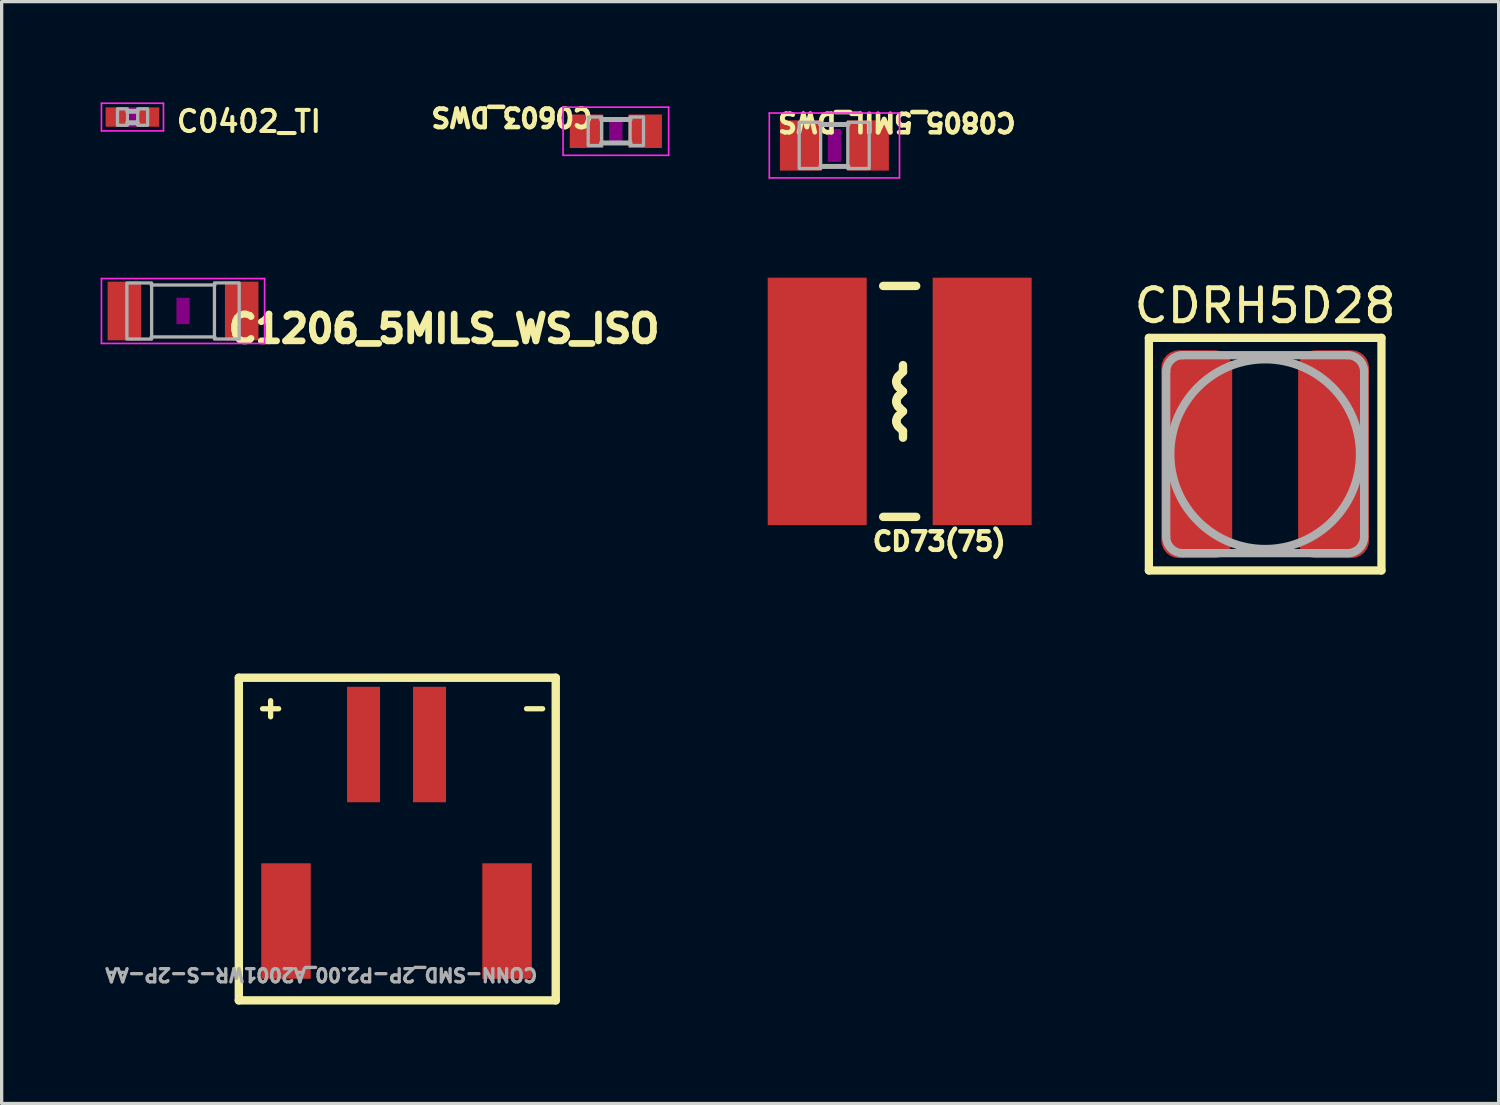
<source format=kicad_pcb>
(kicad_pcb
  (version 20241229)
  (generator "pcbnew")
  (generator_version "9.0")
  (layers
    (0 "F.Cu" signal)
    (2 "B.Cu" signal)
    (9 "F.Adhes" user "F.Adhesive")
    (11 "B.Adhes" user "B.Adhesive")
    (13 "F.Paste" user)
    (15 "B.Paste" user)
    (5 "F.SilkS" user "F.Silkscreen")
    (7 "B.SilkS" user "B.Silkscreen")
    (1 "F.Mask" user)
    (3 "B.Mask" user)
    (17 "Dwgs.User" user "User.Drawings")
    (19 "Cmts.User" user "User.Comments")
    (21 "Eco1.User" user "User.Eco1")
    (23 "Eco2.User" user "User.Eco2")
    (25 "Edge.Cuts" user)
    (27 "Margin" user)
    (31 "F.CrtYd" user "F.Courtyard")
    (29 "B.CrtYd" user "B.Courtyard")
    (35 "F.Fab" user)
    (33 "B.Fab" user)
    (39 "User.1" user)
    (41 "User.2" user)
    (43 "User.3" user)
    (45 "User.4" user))
  (footprint "CD73(75)"
    (layer "F.Cu")
    (at 24.22 9.117)
    (property "Reference" "CD73(75)" (at -0.889 4.572 0) (unlocked yes) (layer "F.SilkS") (effects (font (size 0.559 0.559) (thickness 0.203)) (justify left bottom)))
    (fp_line (start -0.1 -0.583) (end -0.1 -0.617) (stroke (width 0.254) (type solid)) (layer "F.SilkS"))
    (fp_line (start -0.1 0.017) (end -0.1 -0.017) (stroke (width 0.254) (type solid)) (layer "F.SilkS"))
    (fp_line (start -0.1 0.617) (end -0.1 0.583) (stroke (width 0.254) (type solid)) (layer "F.SilkS"))
    (fp_line (start -0.041 -0.759) (end 0.1 -0.9) (stroke (width 0.254) (type solid)) (layer "F.SilkS"))
    (fp_line (start -0.041 -0.159) (end 0.1 -0.3) (stroke (width 0.254) (type solid)) (layer "F.SilkS"))
    (fp_line (start -0.041 0.441) (end 0.1 0.3) (stroke (width 0.254) (type solid)) (layer "F.SilkS"))
    (fp_line (start 0.1 -0.9) (end 0.1 -1.1) (stroke (width 0.254) (type solid)) (layer "F.SilkS"))
    (fp_line (start 0.1 -0.3) (end -0.041 -0.441) (stroke (width 0.254) (type solid)) (layer "F.SilkS"))
    (fp_line (start 0.1 0.3) (end -0.041 0.159) (stroke (width 0.254) (type solid)) (layer "F.SilkS"))
    (fp_line (start 0.1 0.9) (end -0.041 0.759) (stroke (width 0.254) (type solid)) (layer "F.SilkS"))
    (fp_line (start 0.1 1.1) (end 0.1 0.9) (stroke (width 0.254) (type solid)) (layer "F.SilkS"))
    (fp_line (start 0.5 -3.5) (end -0.5 -3.5) (stroke (width 0.254) (type solid)) (layer "F.SilkS"))
    (fp_line (start 0.5 3.5) (end -0.5 3.5) (stroke (width 0.254) (type solid)) (layer "F.SilkS"))
    (fp_arc (start -0.1 -0.6172) (mid -0.084754 -0.693724) (end -0.0414 -0.758599) (stroke (width 0.254) (type solid)) (layer "F.SilkS"))
    (fp_arc (start -0.1 -0.0172) (mid -0.084754 -0.093724) (end -0.0414 -0.158599) (stroke (width 0.254) (type solid)) (layer "F.SilkS"))
    (fp_arc (start -0.1 0.5828) (mid -0.084754 0.506276) (end -0.0414 0.441401) (stroke (width 0.254) (type solid)) (layer "F.SilkS"))
    (fp_arc (start -0.0414 -0.4414) (mid -0.084753 -0.506275) (end -0.1 -0.582799) (stroke (width 0.254) (type solid)) (layer "F.SilkS"))
    (fp_arc (start -0.0414 0.1586) (mid -0.084756 0.093725) (end -0.100001 0.0172) (stroke (width 0.254) (type solid)) (layer "F.SilkS"))
    (fp_arc (start -0.0414 0.7586) (mid -0.084756 0.693725) (end -0.100001 0.6172) (stroke (width 0.254) (type solid)) (layer "F.SilkS"))
    (pad "1" smd rect (at -2.5 0 90) (size 7.5 3) (layers "F.Cu" "F.Mask" "F.Paste"))
    (pad "2" smd rect (at 2.5 0 90) (size 7.5 3) (layers "F.Cu" "F.Mask" "F.Paste")))
  (footprint "CDRH5D28"
    (layer "F.Cu")
    (at 35.298 10.716)
    (property "Reference" "CDRH5D28" (at 0 -4.5 0) (layer "F.SilkS") (effects (font (size 1 1) (thickness 0.15))))
    (attr smd)
    (fp_line (start -3.525 -3.525) (end -3.525 3.525) (stroke (width 0.25) (type solid)) (layer "F.SilkS"))
    (fp_line (start -3.525 -3.525) (end 3.525 -3.525) (stroke (width 0.25) (type solid)) (layer "F.SilkS"))
    (fp_line (start -3.525 3.525) (end 3.525 3.525) (stroke (width 0.25) (type solid)) (layer "F.SilkS"))
    (fp_line (start 3.525 -3.525) (end 3.525 3.525) (stroke (width 0.25) (type solid)) (layer "F.SilkS"))
    (fp_line (start -3 2.5) (end -3 -2.5) (stroke (width 0.25) (type solid)) (layer "F.Fab"))
    (fp_line (start -2.5 -3) (end 2.5 -3) (stroke (width 0.25) (type solid)) (layer "F.Fab"))
    (fp_line (start 2.5 3) (end -2.5 3) (stroke (width 0.25) (type solid)) (layer "F.Fab"))
    (fp_line (start 3 -2.5) (end 3 2.5) (stroke (width 0.25) (type solid)) (layer "F.Fab"))
    (fp_arc (start -3 -2.5) (mid -2.853553 -2.853553) (end -2.5 -3) (stroke (width 0.25) (type solid)) (layer "F.Fab"))
    (fp_arc (start -2.5 3) (mid -2.853553 2.853553) (end -3 2.5) (stroke (width 0.25) (type solid)) (layer "F.Fab"))
    (fp_arc (start 2.5 -3) (mid 2.853553 -2.853553) (end 3 -2.5) (stroke (width 0.25) (type solid)) (layer "F.Fab"))
    (fp_arc (start 3 2.5) (mid 2.853553 2.853553) (end 2.5 3) (stroke (width 0.25) (type solid)) (layer "F.Fab"))
    (fp_circle (center 0 0) (end 2.875 0) (stroke (width 0.25) (type solid)) (fill no) (layer "F.Fab"))
    (pad "1" smd roundrect (at -2.075 0) (size 2.15 6.3) (layers "F.Cu" "F.Mask" "F.Paste") (roundrect_rratio 0.25))
    (pad "2" smd roundrect (at 2.075 0) (size 2.15 6.3) (layers "F.Cu" "F.Mask" "F.Paste") (roundrect_rratio 0.25)))
  (footprint "C0805_5MIL_DWS"
    (layer "F.Cu")
    (at 22.241 1.359)
    (property "Reference" "C0805_5MIL_DWS" (at -1.778 -0.381 180) (unlocked yes) (layer "F.SilkS") (effects (font (size 0.559 0.559) (thickness 0.203)) (justify right top)))
    (fp_poly (pts (xy -0.2 0.5) (xy 0.2 0.5) (xy 0.2 -0.5) (xy -0.2 -0.5)) (stroke (width 0) (type default)) (fill yes) (layer "F.Adhes"))
    (fp_line (start -1.973 -0.983) (end 1.973 -0.983) (stroke (width 0.051) (type solid)) (layer "F.CrtYd"))
    (fp_line (start -1.973 0.983) (end -1.973 -0.983) (stroke (width 0.051) (type solid)) (layer "F.CrtYd"))
    (fp_line (start 1.973 -0.983) (end 1.973 0.983) (stroke (width 0.051) (type solid)) (layer "F.CrtYd"))
    (fp_line (start 1.973 0.983) (end -1.973 0.983) (stroke (width 0.051) (type solid)) (layer "F.CrtYd"))
    (fp_line (start -0.41 -0.635) (end 0.41 -0.635) (stroke (width 0.152) (type solid)) (layer "F.Fab"))
    (fp_line (start -0.41 0.635) (end 0.41 0.635) (stroke (width 0.152) (type solid)) (layer "F.Fab"))
    (fp_poly (pts (xy -1.067 0.699) (xy -0.417 0.699) (xy -0.417 -0.702) (xy -1.067 -0.702)) (stroke (width 0.1) (type default)) (fill no) (layer "F.Fab"))
    (fp_poly (pts (xy 0.406 0.699) (xy 1.056 0.699) (xy 1.056 -0.702) (xy 0.406 -0.702)) (stroke (width 0.1) (type default)) (fill no) (layer "F.Fab"))
    (pad "1" smd rect (at -1.016 0 180) (size 1.27 1.524) (layers "F.Cu" "F.Mask" "F.Paste"))
    (pad "2" smd rect (at 1.016 0 180) (size 1.27 1.524) (layers "F.Cu" "F.Mask" "F.Paste")))
  (footprint "C1206_5MILS_WS_ISO"
    (layer "F.Cu")
    (at 2.498 6.376)
    (property "Reference" "C1206_5MILS_WS_ISO" (at 1.27 1.016 0) (unlocked yes) (layer "F.SilkS") (effects (font (size 0.813 0.813) (thickness 0.203)) (justify left bottom)))
    (fp_poly (pts (xy -0.2 0.4) (xy 0.2 0.4) (xy 0.2 -0.4) (xy -0.2 -0.4)) (stroke (width 0) (type default)) (fill yes) (layer "F.Adhes"))
    (fp_line (start -2.473 -0.983) (end 2.473 -0.983) (stroke (width 0.051) (type solid)) (layer "F.CrtYd"))
    (fp_line (start -2.473 0.983) (end -2.473 -0.983) (stroke (width 0.051) (type solid)) (layer "F.CrtYd"))
    (fp_line (start 2.473 -0.983) (end 2.473 0.983) (stroke (width 0.051) (type solid)) (layer "F.CrtYd"))
    (fp_line (start 2.473 0.983) (end -2.473 0.983) (stroke (width 0.051) (type solid)) (layer "F.CrtYd"))
    (fp_line (start -0.965 -0.787) (end 0.965 -0.787) (stroke (width 0.102) (type solid)) (layer "F.Fab"))
    (fp_line (start -0.965 0.787) (end 0.965 0.787) (stroke (width 0.102) (type solid)) (layer "F.Fab"))
    (fp_poly (pts (xy -1.702 0.851) (xy -0.952 0.851) (xy -0.952 -0.849) (xy -1.702 -0.849)) (stroke (width 0.1) (type default)) (fill no) (layer "F.Fab"))
    (fp_poly (pts (xy 0.952 0.849) (xy 1.702 0.849) (xy 1.702 -0.851) (xy 0.952 -0.851)) (stroke (width 0.1) (type default)) (fill no) (layer "F.Fab"))
    (pad "1" smd rect (at -1.778 0 180) (size 1.016 1.778) (layers "F.Cu" "F.Mask" "F.Paste"))
    (pad "2" smd rect (at 1.778 0 180) (size 1.016 1.778) (layers "F.Cu" "F.Mask" "F.Paste")))
  (footprint "C0603_DWS"
    (layer "F.Cu")
    (at 15.617 0.928)
    (property "Reference" "C0603_DWS" (at -0.635 -0.762 180) (unlocked yes) (layer "F.SilkS") (effects (font (size 0.559 0.559) (thickness 0.203)) (justify left bottom)))
    (fp_poly (pts (xy -0.2 0.4) (xy 0.2 0.4) (xy 0.2 -0.4) (xy -0.2 -0.4)) (stroke (width 0) (type default)) (fill yes) (layer "F.Adhes"))
    (fp_line (start -1.6 -0.729) (end 1.6 -0.729) (stroke (width 0.051) (type solid)) (layer "F.CrtYd"))
    (fp_line (start -1.6 0.729) (end -1.6 -0.729) (stroke (width 0.051) (type solid)) (layer "F.CrtYd"))
    (fp_line (start 1.6 -0.729) (end 1.6 0.729) (stroke (width 0.051) (type solid)) (layer "F.CrtYd"))
    (fp_line (start 1.6 0.729) (end -1.6 0.729) (stroke (width 0.051) (type solid)) (layer "F.CrtYd"))
    (fp_line (start -0.432 0.356) (end 0.432 0.356) (stroke (width 0.152) (type solid)) (layer "F.Fab"))
    (fp_line (start 0.432 -0.356) (end -0.432 -0.356) (stroke (width 0.152) (type solid)) (layer "F.Fab"))
    (fp_poly (pts (xy -0.838 0.432) (xy -0.432 0.432) (xy -0.432 -0.432) (xy -0.838 -0.432)) (stroke (width 0.1) (type default)) (fill no) (layer "F.Fab"))
    (fp_poly (pts (xy 0.432 0.432) (xy 0.838 0.432) (xy 0.838 -0.432) (xy 0.432 -0.432)) (stroke (width 0.1) (type default)) (fill no) (layer "F.Fab"))
    (pad "1" smd rect (at -0.889 0 180) (size 1.016 1.016) (layers "F.Cu" "F.Mask" "F.Paste"))
    (pad "2" smd rect (at 0.889 0 180) (size 1.016 1.016) (layers "F.Cu" "F.Mask" "F.Paste")))
  (footprint "CONN-SMD_2P-P2.00_A2001WR-S-2P-AA"
    (layer "F.Cu")
    (at 8.969 22.192)
    (property "Reference" "CONN-SMD_2P-P2.00_A2001WR-S-2P-AA" (at 4.318 4.064 180) (unlocked yes) (layer "F.Fab") (effects (font (size 0.4 0.4) (thickness 0.1)) (justify left bottom)))
    (fp_line (start -4.78 -4.699) (end 4.826 -4.699) (stroke (width 0.254) (type default)) (layer "F.SilkS"))
    (fp_line (start -4.78 5.08) (end -4.78 -4.699) (stroke (width 0.254) (type default)) (layer "F.SilkS"))
    (fp_line (start 4.826 -4.699) (end 4.826 5.08) (stroke (width 0.254) (type default)) (layer "F.SilkS"))
    (fp_line (start 4.826 5.08) (end -4.78 5.08) (stroke (width 0.254) (type default)) (layer "F.SilkS"))
    (fp_text user "+" (at -4.318 -3.429 0) (unlocked yes) (layer "F.SilkS") (effects (font (size 0.64 0.64) (thickness 0.203)) (justify left bottom)))
    (fp_text user "-" (at 3.683 -3.429 0) (unlocked yes) (layer "F.SilkS") (effects (font (size 0.64 0.64) (thickness 0.203)) (justify left bottom)))
    (pad "1" smd rect (at -1 -2.675 180) (size 1 3.5) (layers "F.Cu" "F.Mask" "F.Paste"))
    (pad "2" smd rect (at 1 -2.675 180) (size 1 3.5) (layers "F.Cu" "F.Mask" "F.Paste"))
    (pad "3" smd rect (at 3.35 2.675 180) (size 1.5 3.5) (layers "F.Cu" "F.Mask" "F.Paste"))
    (pad "4" smd rect (at -3.35 2.675 180) (size 1.5 3.5) (layers "F.Cu" "F.Mask" "F.Paste")))
  (footprint "C0402_TI"
    (layer "F.Cu")
    (at 0.965 0.498)
    (property "Reference" "C0402_TI" (at 1.27 0.508 0) (unlocked yes) (layer "F.SilkS") (effects (font (size 0.64 0.64) (thickness 0.122)) (justify left bottom)))
    (fp_poly (pts (xy -0.2 0.3) (xy 0.2 0.3) (xy 0.2 -0.3) (xy -0.2 -0.3)) (stroke (width 0) (type default)) (fill yes) (layer "F.Adhes"))
    (fp_line (start -0.94 -0.419) (end 0.94 -0.419) (stroke (width 0.051) (type solid)) (layer "F.CrtYd"))
    (fp_line (start -0.94 0.419) (end -0.94 -0.419) (stroke (width 0.051) (type solid)) (layer "F.CrtYd"))
    (fp_line (start 0.94 -0.419) (end 0.94 0.419) (stroke (width 0.051) (type solid)) (layer "F.CrtYd"))
    (fp_line (start 0.94 0.419) (end -0.94 0.419) (stroke (width 0.051) (type solid)) (layer "F.CrtYd"))
    (fp_line (start -0.145 -0.174) (end 0.145 -0.174) (stroke (width 0.152) (type solid)) (layer "F.Fab"))
    (fp_line (start 0.145 0.174) (end -0.145 0.174) (stroke (width 0.152) (type solid)) (layer "F.Fab"))
    (fp_poly (pts (xy -0.454 0.25) (xy -0.154 0.25) (xy -0.154 -0.25) (xy -0.454 -0.25)) (stroke (width 0.1) (type default)) (fill no) (layer "F.Fab"))
    (fp_poly (pts (xy 0.159 0.25) (xy 0.459 0.25) (xy 0.459 -0.25) (xy 0.159 -0.25)) (stroke (width 0.1) (type default)) (fill no) (layer "F.Fab"))
    (pad "1" smd rect (at -0.508 0 180) (size 0.61 0.584) (layers "F.Cu" "F.Mask" "F.Paste"))
    (pad "2" smd rect (at 0.508 0 180) (size 0.61 0.584) (layers "F.Cu" "F.Mask" "F.Paste")))
  (gr_rect
    (start -3 -3)
    (end 42.375 30.399)
    (stroke (width 0.1) (type default))
    (fill no)
    (layer "Edge.Cuts")))
</source>
